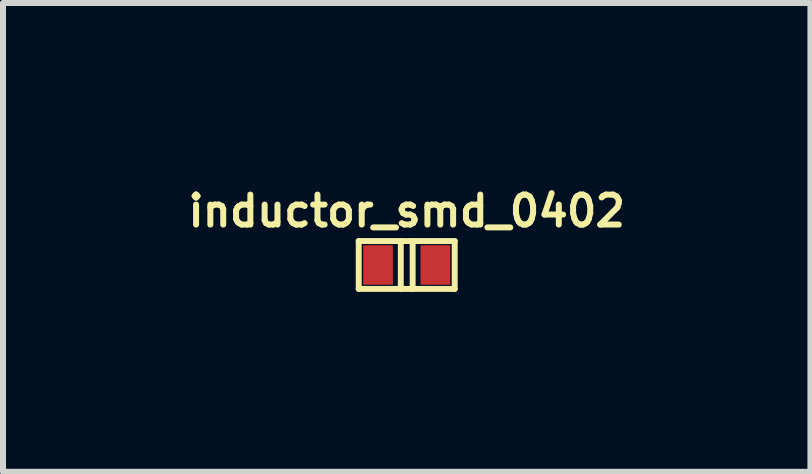
<source format=kicad_pcb>
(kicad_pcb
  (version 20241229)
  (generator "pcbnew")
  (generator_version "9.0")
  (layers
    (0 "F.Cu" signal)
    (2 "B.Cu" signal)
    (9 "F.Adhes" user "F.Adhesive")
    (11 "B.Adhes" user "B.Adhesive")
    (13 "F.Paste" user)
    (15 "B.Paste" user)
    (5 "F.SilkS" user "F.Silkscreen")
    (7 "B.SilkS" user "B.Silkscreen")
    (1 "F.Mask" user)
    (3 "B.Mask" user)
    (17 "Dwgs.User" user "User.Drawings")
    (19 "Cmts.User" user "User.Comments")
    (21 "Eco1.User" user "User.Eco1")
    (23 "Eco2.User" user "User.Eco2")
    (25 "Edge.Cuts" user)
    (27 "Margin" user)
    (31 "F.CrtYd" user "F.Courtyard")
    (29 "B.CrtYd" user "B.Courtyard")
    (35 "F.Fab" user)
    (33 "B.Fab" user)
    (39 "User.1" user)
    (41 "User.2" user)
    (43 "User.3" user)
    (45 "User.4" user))
  (footprint "inductor_smd_0402"
    (layer "F.Cu")
    (at 3.731 1.368)
    (property "Reference" "inductor_smd_0402" (at 0 -0.9 0) (layer "F.SilkS") (effects (font (size 0.5 0.5) (thickness 0.1))))
    (attr through_hole)
    (fp_line (start -0.8 -0.399) (end 0.8 -0.399) (stroke (width 0.099) (type solid)) (layer "F.SilkS"))
    (fp_line (start -0.8 0.399) (end -0.8 -0.399) (stroke (width 0.099) (type solid)) (layer "F.SilkS"))
    (fp_line (start -0.099 -0.399) (end -0.099 0.399) (stroke (width 0.099) (type solid)) (layer "F.SilkS"))
    (fp_line (start 0.099 0.399) (end 0.099 -0.399) (stroke (width 0.099) (type solid)) (layer "F.SilkS"))
    (fp_line (start 0.8 -0.399) (end 0.8 0.399) (stroke (width 0.099) (type solid)) (layer "F.SilkS"))
    (fp_line (start 0.8 0.399) (end -0.8 0.399) (stroke (width 0.099) (type solid)) (layer "F.SilkS"))
    (pad "1" smd rect (at -0.478 0) (size 0.495 0.658) (layers "F.Cu" "F.Mask" "F.Paste"))
    (pad "2" smd rect (at 0.478 0) (size 0.495 0.658) (layers "F.Cu" "F.Mask" "F.Paste")))
  (gr_rect
    (start -3 -3)
    (end 10.462 4.816)
    (stroke (width 0.1) (type default))
    (fill no)
    (layer "Edge.Cuts")))
</source>
